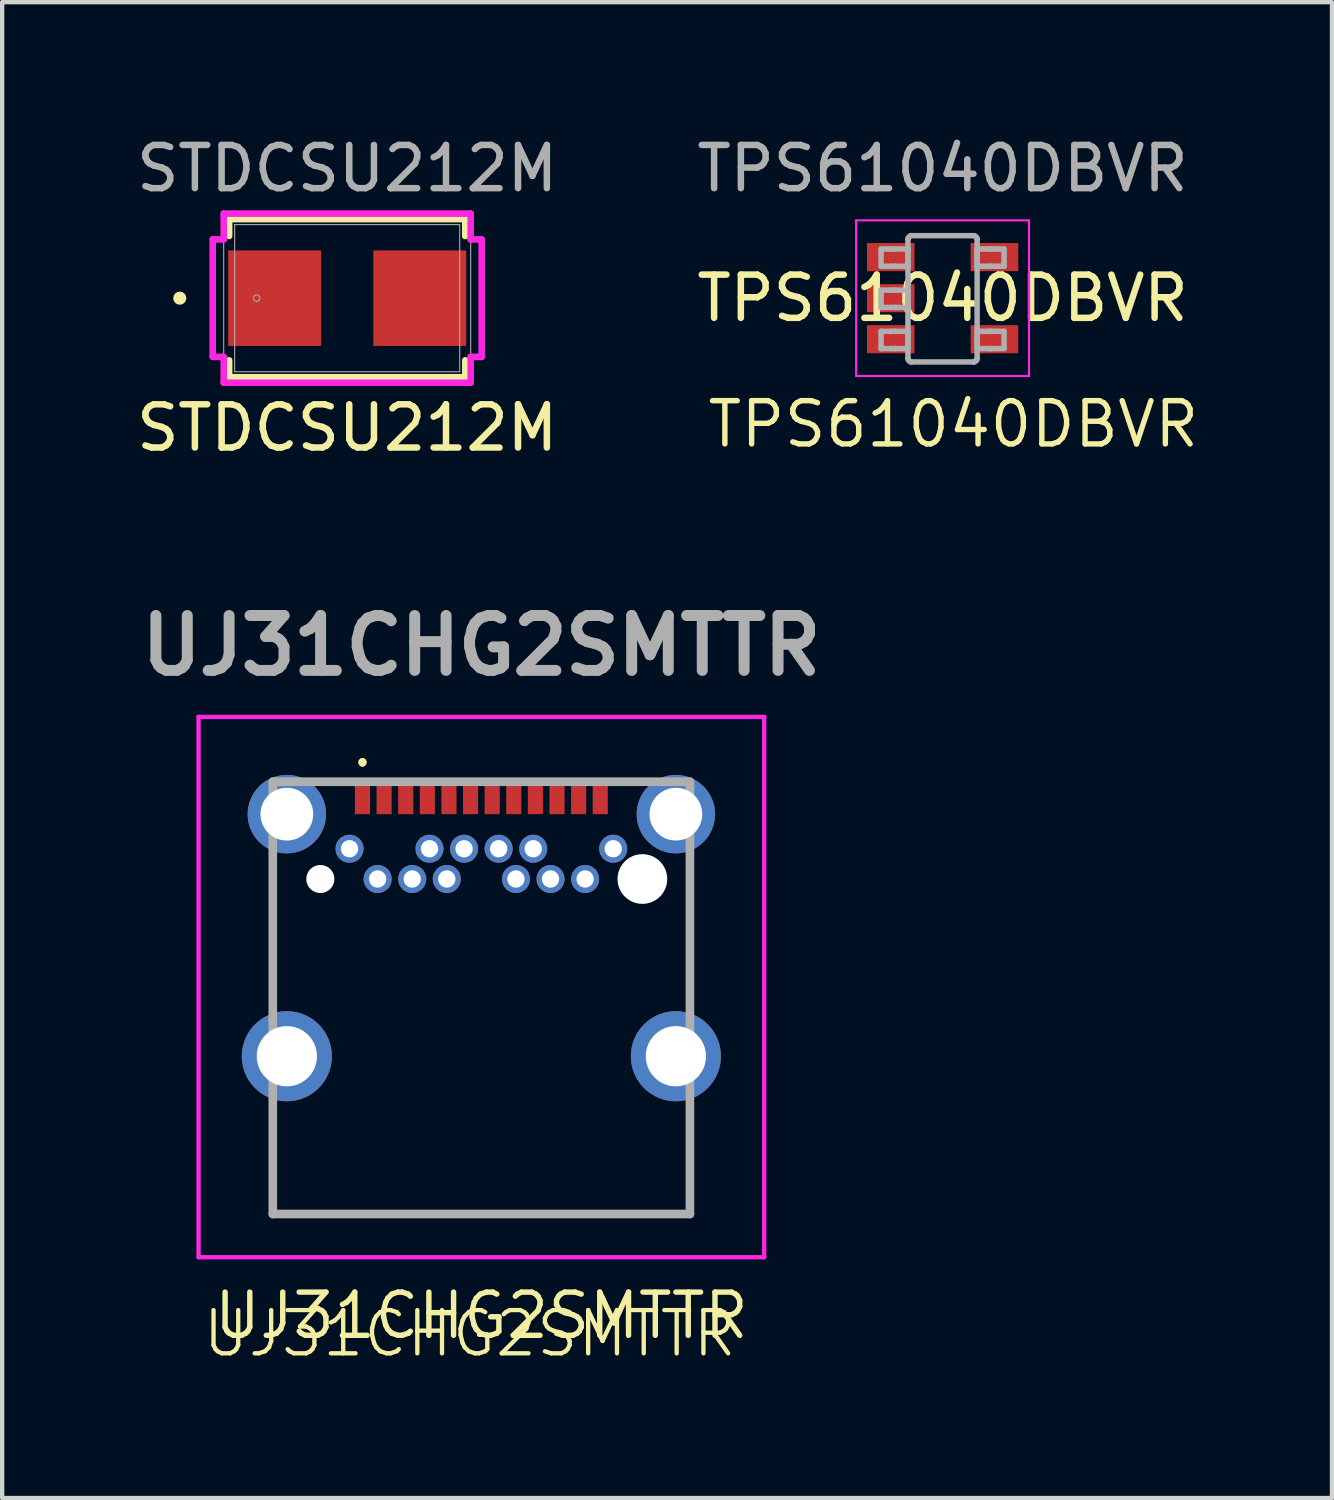
<source format=kicad_pcb>
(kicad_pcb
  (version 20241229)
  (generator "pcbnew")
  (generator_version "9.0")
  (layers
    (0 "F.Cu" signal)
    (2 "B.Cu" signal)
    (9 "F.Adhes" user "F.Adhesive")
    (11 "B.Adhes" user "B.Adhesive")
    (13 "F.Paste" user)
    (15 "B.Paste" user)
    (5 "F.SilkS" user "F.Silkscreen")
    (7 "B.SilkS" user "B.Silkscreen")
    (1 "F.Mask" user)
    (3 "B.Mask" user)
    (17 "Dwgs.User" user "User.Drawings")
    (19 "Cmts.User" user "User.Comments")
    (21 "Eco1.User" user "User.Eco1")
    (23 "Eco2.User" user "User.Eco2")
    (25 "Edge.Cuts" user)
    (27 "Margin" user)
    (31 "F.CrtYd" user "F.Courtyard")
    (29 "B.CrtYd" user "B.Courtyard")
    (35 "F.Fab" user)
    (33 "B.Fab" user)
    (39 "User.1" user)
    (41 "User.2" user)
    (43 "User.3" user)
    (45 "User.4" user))
  (footprint "UJ31CHG2SMTTR"
    (layer "F.Cu")
    (at 8.086 21.385)
    (property "Reference" "UJ31CHG2SMTTR" (at 0 6 0) (layer "F.SilkS") (effects (font (size 1 1) (thickness 0.125))))
    (attr through_hole)
    (fp_line (start -4.825 -4.35) (end -4.825 -1.35) (stroke (width 0.1) (type solid)) (layer "F.SilkS"))
    (fp_line (start -4.825 1.25) (end -4.825 3.65) (stroke (width 0.1) (type solid)) (layer "F.SilkS"))
    (fp_line (start -4.825 3.65) (end 4.825 3.65) (stroke (width 0.1) (type solid)) (layer "F.SilkS"))
    (fp_line (start -2.75 -6.85) (end -2.75 -6.85) (stroke (width 0.1) (type solid)) (layer "F.SilkS"))
    (fp_line (start -2.75 -6.75) (end -2.75 -6.75) (stroke (width 0.1) (type solid)) (layer "F.SilkS"))
    (fp_line (start 4.825 -4.1) (end 4.825 -1.35) (stroke (width 0.1) (type solid)) (layer "F.SilkS"))
    (fp_line (start 4.825 3.65) (end 4.825 1.25) (stroke (width 0.1) (type solid)) (layer "F.SilkS"))
    (fp_arc (start -2.75 -6.85) (mid -2.7 -6.8) (end -2.75 -6.75) (stroke (width 0.1) (type solid)) (layer "F.SilkS"))
    (fp_arc (start -2.75 -6.75) (mid -2.8 -6.8) (end -2.75 -6.85) (stroke (width 0.1) (type solid)) (layer "F.SilkS"))
    (fp_line (start -6.543 -7.85) (end 6.543 -7.85) (stroke (width 0.1) (type solid)) (layer "F.CrtYd"))
    (fp_line (start -6.543 4.65) (end -6.543 -7.85) (stroke (width 0.1) (type solid)) (layer "F.CrtYd"))
    (fp_line (start 6.543 -7.85) (end 6.543 4.65) (stroke (width 0.1) (type solid)) (layer "F.CrtYd"))
    (fp_line (start 6.543 4.65) (end -6.543 4.65) (stroke (width 0.1) (type solid)) (layer "F.CrtYd"))
    (fp_line (start -4.825 -6.35) (end 4.825 -6.35) (stroke (width 0.2) (type solid)) (layer "F.Fab"))
    (fp_line (start -4.825 3.65) (end -4.825 -6.35) (stroke (width 0.2) (type solid)) (layer "F.Fab"))
    (fp_line (start 4.825 -6.35) (end 4.825 3.65) (stroke (width 0.2) (type solid)) (layer "F.Fab"))
    (fp_line (start 4.825 3.65) (end -4.825 3.65) (stroke (width 0.2) (type solid)) (layer "F.Fab"))
    (fp_text user "UJ31CHG2SMTTR" (at -6.5 7 0) (unlocked yes) (layer "F.SilkS") (effects (font (size 1 1) (thickness 0.1)) (justify left bottom)))
    (fp_text user "${REFERENCE}" (at 0 -9.5 0) (layer "F.Fab") (effects (font (size 1.27 1.27) (thickness 0.254))))
    (pad "" np_thru_hole circle (at -3.725 -4.1) (size 0.65 0.65) (drill 0.65) (layers "*.Cu" "*.Mask"))
    (pad "" np_thru_hole circle (at 3.725 -4.1) (size 1.15 1.15) (drill 1.15) (layers "*.Cu" "*.Mask"))
    (pad "A1" smd rect (at -2.75 -5.95) (size 0.35 0.7) (layers "F.Cu" "F.Mask" "F.Paste"))
    (pad "A2" smd rect (at -2.25 -5.95) (size 0.35 0.7) (layers "F.Cu" "F.Mask" "F.Paste"))
    (pad "A3" smd rect (at -1.75 -5.95) (size 0.35 0.7) (layers "F.Cu" "F.Mask" "F.Paste"))
    (pad "A4" smd rect (at -1.25 -5.95) (size 0.35 0.7) (layers "F.Cu" "F.Mask" "F.Paste"))
    (pad "A5" smd rect (at -0.75 -5.95) (size 0.35 0.7) (layers "F.Cu" "F.Mask" "F.Paste"))
    (pad "A6" smd rect (at -0.25 -5.95) (size 0.35 0.7) (layers "F.Cu" "F.Mask" "F.Paste"))
    (pad "A7" smd rect (at 0.25 -5.95) (size 0.35 0.7) (layers "F.Cu" "F.Mask" "F.Paste"))
    (pad "A8" smd rect (at 0.75 -5.95) (size 0.35 0.7) (layers "F.Cu" "F.Mask" "F.Paste"))
    (pad "A9" smd rect (at 1.25 -5.95) (size 0.35 0.7) (layers "F.Cu" "F.Mask" "F.Paste"))
    (pad "A10" smd rect (at 1.75 -5.95) (size 0.35 0.7) (layers "F.Cu" "F.Mask" "F.Paste"))
    (pad "A11" smd rect (at 2.25 -5.95) (size 0.35 0.7) (layers "F.Cu" "F.Mask" "F.Paste"))
    (pad "A12" smd rect (at 2.75 -5.95) (size 0.35 0.7) (layers "F.Cu" "F.Mask" "F.Paste"))
    (pad "B1" thru_hole circle (at 3.05 -4.8) (size 0.65 0.65) (drill 0.4) (layers "*.Cu" "*.Mask"))
    (pad "B2" thru_hole circle (at 2.4 -4.1) (size 0.65 0.65) (drill 0.4) (layers "*.Cu" "*.Mask"))
    (pad "B3" thru_hole circle (at 1.6 -4.1) (size 0.65 0.65) (drill 0.4) (layers "*.Cu" "*.Mask"))
    (pad "B4" thru_hole circle (at 1.2 -4.8) (size 0.65 0.65) (drill 0.4) (layers "*.Cu" "*.Mask"))
    (pad "B5" thru_hole circle (at 0.8 -4.1) (size 0.65 0.65) (drill 0.4) (layers "*.Cu" "*.Mask"))
    (pad "B6" thru_hole circle (at 0.4 -4.8) (size 0.65 0.65) (drill 0.4) (layers "*.Cu" "*.Mask"))
    (pad "B7" thru_hole circle (at -0.4 -4.8) (size 0.65 0.65) (drill 0.4) (layers "*.Cu" "*.Mask"))
    (pad "B8" thru_hole circle (at -0.8 -4.1) (size 0.65 0.65) (drill 0.4) (layers "*.Cu" "*.Mask"))
    (pad "B9" thru_hole circle (at -1.2 -4.8) (size 0.65 0.65) (drill 0.4) (layers "*.Cu" "*.Mask"))
    (pad "B10" thru_hole circle (at -1.6 -4.1) (size 0.65 0.65) (drill 0.4) (layers "*.Cu" "*.Mask"))
    (pad "B11" thru_hole circle (at -2.4 -4.1) (size 0.65 0.65) (drill 0.4) (layers "*.Cu" "*.Mask"))
    (pad "B12" thru_hole circle (at -3.05 -4.8) (size 0.65 0.65) (drill 0.4) (layers "*.Cu" "*.Mask"))
    (pad "S1" thru_hole circle (at -4.5 -5.6) (size 1.815 1.815) (drill 1.22) (layers "*.Cu" "*.Mask"))
    (pad "S2" thru_hole circle (at -4.5 0) (size 2.085 2.085) (drill 1.393) (layers "*.Cu" "*.Mask"))
    (pad "S3" thru_hole circle (at 4.5 0) (size 2.085 2.085) (drill 1.393) (layers "*.Cu" "*.Mask"))
    (pad "S4" thru_hole circle (at 4.5 -5.6) (size 1.815 1.815) (drill 1.22) (layers "*.Cu" "*.Mask")))
  (footprint "STDCSU212M"
    (layer "F.Cu")
    (at 4.982 3.848)
    (property "Reference" "STDCSU212M" (at 0 3 0) (unlocked yes) (layer "F.SilkS") (effects (font (size 1 1) (thickness 0.15))))
    (attr smd)
    (fp_line (start -2.731 -1.829) (end -2.731 -1.438) (stroke (width 0.152) (type solid)) (layer "F.SilkS"))
    (fp_line (start -2.731 1.438) (end -2.731 1.829) (stroke (width 0.152) (type solid)) (layer "F.SilkS"))
    (fp_line (start -2.731 1.829) (end 2.731 1.829) (stroke (width 0.152) (type solid)) (layer "F.SilkS"))
    (fp_line (start 2.731 -1.829) (end -2.731 -1.829) (stroke (width 0.152) (type solid)) (layer "F.SilkS"))
    (fp_line (start 2.731 -1.438) (end 2.731 -1.829) (stroke (width 0.152) (type solid)) (layer "F.SilkS"))
    (fp_line (start 2.731 1.829) (end 2.731 1.438) (stroke (width 0.152) (type solid)) (layer "F.SilkS"))
    (fp_circle (center -3.873 0) (end -3.797 0) (stroke (width 0.152) (type solid)) (fill no) (layer "F.SilkS"))
    (fp_line (start -3.111 -1.359) (end -2.857 -1.359) (stroke (width 0.152) (type solid)) (layer "F.CrtYd"))
    (fp_line (start -3.111 1.359) (end -3.111 -1.359) (stroke (width 0.152) (type solid)) (layer "F.CrtYd"))
    (fp_line (start -2.857 -1.956) (end 2.857 -1.956) (stroke (width 0.152) (type solid)) (layer "F.CrtYd"))
    (fp_line (start -2.857 -1.359) (end -2.857 -1.956) (stroke (width 0.152) (type solid)) (layer "F.CrtYd"))
    (fp_line (start -2.857 1.359) (end -3.111 1.359) (stroke (width 0.152) (type solid)) (layer "F.CrtYd"))
    (fp_line (start -2.857 1.956) (end -2.857 1.359) (stroke (width 0.152) (type solid)) (layer "F.CrtYd"))
    (fp_line (start 2.857 -1.956) (end 2.857 -1.359) (stroke (width 0.152) (type solid)) (layer "F.CrtYd"))
    (fp_line (start 2.857 -1.359) (end 3.111 -1.359) (stroke (width 0.152) (type solid)) (layer "F.CrtYd"))
    (fp_line (start 2.857 1.359) (end 2.857 1.956) (stroke (width 0.152) (type solid)) (layer "F.CrtYd"))
    (fp_line (start 2.857 1.956) (end -2.857 1.956) (stroke (width 0.152) (type solid)) (layer "F.CrtYd"))
    (fp_line (start 3.111 -1.359) (end 3.111 1.359) (stroke (width 0.152) (type solid)) (layer "F.CrtYd"))
    (fp_line (start 3.111 1.359) (end 2.857 1.359) (stroke (width 0.152) (type solid)) (layer "F.CrtYd"))
    (fp_line (start -2.857 -1.956) (end 2.857 -1.956) (stroke (width 0.025) (type solid)) (layer "F.Fab"))
    (fp_line (start -2.857 1.956) (end -2.857 -1.956) (stroke (width 0.025) (type solid)) (layer "F.Fab"))
    (fp_line (start -2.603 -1.702) (end -2.603 1.702) (stroke (width 0.025) (type solid)) (layer "F.Fab"))
    (fp_line (start -2.603 1.702) (end 2.603 1.702) (stroke (width 0.025) (type solid)) (layer "F.Fab"))
    (fp_line (start 2.603 -1.702) (end -2.603 -1.702) (stroke (width 0.025) (type solid)) (layer "F.Fab"))
    (fp_line (start 2.603 1.702) (end 2.603 -1.702) (stroke (width 0.025) (type solid)) (layer "F.Fab"))
    (fp_line (start 2.857 -1.956) (end 2.857 1.956) (stroke (width 0.025) (type solid)) (layer "F.Fab"))
    (fp_line (start 2.857 1.956) (end -2.857 1.956) (stroke (width 0.025) (type solid)) (layer "F.Fab"))
    (fp_circle (center -2.095 0) (end -2.019 0) (stroke (width 0.025) (type solid)) (fill no) (layer "F.Fab"))
    (fp_text user "${REFERENCE}" (at 0 -3 0) (unlocked yes) (layer "F.Fab") (effects (font (size 1 1) (thickness 0.15))))
    (pad "1" smd rect (at -1.679 0 90) (size 2.21 2.149) (layers "F.Cu" "F.Mask" "F.Paste"))
    (pad "2" smd rect (at 1.679 0 90) (size 2.21 2.149) (layers "F.Cu" "F.Mask" "F.Paste")))
  (footprint "TPS61040DBVR"
    (layer "F.Cu")
    (at 18.756 3.848)
    (property "Reference" "TPS61040DBVR" (at 0 0 0) (unlocked yes) (layer "F.SilkS") (effects (font (size 1 1) (thickness 0.15))))
    (attr smd)
    (fp_line (start -2 -1.8) (end 2 -1.8) (stroke (width 0.05) (type solid)) (layer "F.CrtYd"))
    (fp_line (start -2 1.8) (end -2 -1.8) (stroke (width 0.05) (type solid)) (layer "F.CrtYd"))
    (fp_line (start -2 1.8) (end 2 1.8) (stroke (width 0.05) (type solid)) (layer "F.CrtYd"))
    (fp_line (start 2 1.8) (end 2 -1.8) (stroke (width 0.05) (type solid)) (layer "F.CrtYd"))
    (fp_line (start -1.423 -1.138) (end -1.199 -1.138) (stroke (width 0.127) (type solid)) (layer "F.Fab"))
    (fp_line (start -1.423 -0.738) (end -1.423 -1.138) (stroke (width 0.127) (type solid)) (layer "F.Fab"))
    (fp_line (start -1.423 -0.738) (end -1.199 -0.738) (stroke (width 0.127) (type solid)) (layer "F.Fab"))
    (fp_line (start -1.423 -0.186) (end -1.199 -0.186) (stroke (width 0.127) (type solid)) (layer "F.Fab"))
    (fp_line (start -1.423 0.215) (end -1.423 -0.186) (stroke (width 0.127) (type solid)) (layer "F.Fab"))
    (fp_line (start -1.423 0.215) (end -1.199 0.215) (stroke (width 0.127) (type solid)) (layer "F.Fab"))
    (fp_line (start -1.423 0.767) (end -1.199 0.767) (stroke (width 0.127) (type solid)) (layer "F.Fab"))
    (fp_line (start -1.423 1.167) (end -1.423 0.767) (stroke (width 0.127) (type solid)) (layer "F.Fab"))
    (fp_line (start -1.423 1.167) (end -1.199 1.167) (stroke (width 0.127) (type solid)) (layer "F.Fab"))
    (fp_line (start -1.199 -1.138) (end -1.105 -1.138) (stroke (width 0.127) (type solid)) (layer "F.Fab"))
    (fp_line (start -1.199 -0.738) (end -1.105 -0.738) (stroke (width 0.127) (type solid)) (layer "F.Fab"))
    (fp_line (start -1.199 -0.186) (end -1.105 -0.186) (stroke (width 0.127) (type solid)) (layer "F.Fab"))
    (fp_line (start -1.199 0.215) (end -1.105 0.215) (stroke (width 0.127) (type solid)) (layer "F.Fab"))
    (fp_line (start -1.199 0.767) (end -1.105 0.767) (stroke (width 0.127) (type solid)) (layer "F.Fab"))
    (fp_line (start -1.199 1.167) (end -1.105 1.167) (stroke (width 0.127) (type solid)) (layer "F.Fab"))
    (fp_line (start -1.105 -1.138) (end -1.088 -1.138) (stroke (width 0.127) (type solid)) (layer "F.Fab"))
    (fp_line (start -1.105 -0.738) (end -1.088 -0.738) (stroke (width 0.127) (type solid)) (layer "F.Fab"))
    (fp_line (start -1.105 -0.186) (end -1.088 -0.186) (stroke (width 0.127) (type solid)) (layer "F.Fab"))
    (fp_line (start -1.105 0.215) (end -1.088 0.215) (stroke (width 0.127) (type solid)) (layer "F.Fab"))
    (fp_line (start -1.105 0.767) (end -1.088 0.767) (stroke (width 0.127) (type solid)) (layer "F.Fab"))
    (fp_line (start -1.105 1.167) (end -1.088 1.167) (stroke (width 0.127) (type solid)) (layer "F.Fab"))
    (fp_line (start -1.088 -1.138) (end -0.835 -1.138) (stroke (width 0.127) (type solid)) (layer "F.Fab"))
    (fp_line (start -1.088 -0.738) (end -0.835 -0.738) (stroke (width 0.127) (type solid)) (layer "F.Fab"))
    (fp_line (start -1.088 -0.186) (end -0.835 -0.186) (stroke (width 0.127) (type solid)) (layer "F.Fab"))
    (fp_line (start -1.088 0.215) (end -0.835 0.215) (stroke (width 0.127) (type solid)) (layer "F.Fab"))
    (fp_line (start -1.088 0.767) (end -0.835 0.767) (stroke (width 0.127) (type solid)) (layer "F.Fab"))
    (fp_line (start -1.088 1.167) (end -0.835 1.167) (stroke (width 0.127) (type solid)) (layer "F.Fab"))
    (fp_line (start -0.835 -1.138) (end -0.801 -1.138) (stroke (width 0.127) (type solid)) (layer "F.Fab"))
    (fp_line (start -0.835 -0.738) (end -0.801 -0.738) (stroke (width 0.127) (type solid)) (layer "F.Fab"))
    (fp_line (start -0.835 -0.186) (end -0.801 -0.186) (stroke (width 0.127) (type solid)) (layer "F.Fab"))
    (fp_line (start -0.835 0.215) (end -0.801 0.215) (stroke (width 0.127) (type solid)) (layer "F.Fab"))
    (fp_line (start -0.835 0.767) (end -0.801 0.767) (stroke (width 0.127) (type solid)) (layer "F.Fab"))
    (fp_line (start -0.835 1.167) (end -0.801 1.167) (stroke (width 0.127) (type solid)) (layer "F.Fab"))
    (fp_line (start -0.801 -1.37) (end -0.801 -1.371) (stroke (width 0.127) (type solid)) (layer "F.Fab"))
    (fp_line (start -0.801 -0.738) (end -0.801 -1.138) (stroke (width 0.127) (type solid)) (layer "F.Fab"))
    (fp_line (start -0.801 0.215) (end -0.801 -0.186) (stroke (width 0.127) (type solid)) (layer "F.Fab"))
    (fp_line (start -0.801 1.167) (end -0.801 0.767) (stroke (width 0.127) (type solid)) (layer "F.Fab"))
    (fp_line (start -0.801 1.399) (end -0.801 -1.37) (stroke (width 0.127) (type solid)) (layer "F.Fab"))
    (fp_line (start -0.801 1.4) (end -0.801 1.399) (stroke (width 0.127) (type solid)) (layer "F.Fab"))
    (fp_line (start -0.725 -1.446) (end -0.725 -1.446) (stroke (width 0.127) (type solid)) (layer "F.Fab"))
    (fp_line (start -0.725 1.475) (end -0.725 1.475) (stroke (width 0.127) (type solid)) (layer "F.Fab"))
    (fp_line (start -0.725 -1.446) (end 0.723 -1.446) (stroke (width 0.127) (type solid)) (layer "F.Fab"))
    (fp_line (start -0.725 1.475) (end 0.723 1.475) (stroke (width 0.127) (type solid)) (layer "F.Fab"))
    (fp_line (start 0.723 -1.446) (end 0.724 -1.446) (stroke (width 0.127) (type solid)) (layer "F.Fab"))
    (fp_line (start 0.723 1.475) (end 0.724 1.475) (stroke (width 0.127) (type solid)) (layer "F.Fab"))
    (fp_line (start 0.799 -1.37) (end 0.799 -1.371) (stroke (width 0.127) (type solid)) (layer "F.Fab"))
    (fp_line (start 0.799 -1.138) (end 0.834 -1.138) (stroke (width 0.127) (type solid)) (layer "F.Fab"))
    (fp_line (start 0.799 -0.738) (end 0.799 -1.138) (stroke (width 0.127) (type solid)) (layer "F.Fab"))
    (fp_line (start 0.799 -0.738) (end 0.834 -0.738) (stroke (width 0.127) (type solid)) (layer "F.Fab"))
    (fp_line (start 0.799 0.767) (end 0.834 0.767) (stroke (width 0.127) (type solid)) (layer "F.Fab"))
    (fp_line (start 0.799 1.167) (end 0.799 0.767) (stroke (width 0.127) (type solid)) (layer "F.Fab"))
    (fp_line (start 0.799 1.167) (end 0.834 1.167) (stroke (width 0.127) (type solid)) (layer "F.Fab"))
    (fp_line (start 0.799 1.399) (end 0.799 -1.37) (stroke (width 0.127) (type solid)) (layer "F.Fab"))
    (fp_line (start 0.799 1.4) (end 0.799 1.399) (stroke (width 0.127) (type solid)) (layer "F.Fab"))
    (fp_line (start 0.834 -1.138) (end 1.087 -1.138) (stroke (width 0.127) (type solid)) (layer "F.Fab"))
    (fp_line (start 0.834 -0.738) (end 1.087 -0.738) (stroke (width 0.127) (type solid)) (layer "F.Fab"))
    (fp_line (start 0.834 0.767) (end 1.087 0.767) (stroke (width 0.127) (type solid)) (layer "F.Fab"))
    (fp_line (start 0.834 1.167) (end 1.087 1.167) (stroke (width 0.127) (type solid)) (layer "F.Fab"))
    (fp_line (start 1.087 -1.138) (end 1.103 -1.138) (stroke (width 0.127) (type solid)) (layer "F.Fab"))
    (fp_line (start 1.087 -0.738) (end 1.103 -0.738) (stroke (width 0.127) (type solid)) (layer "F.Fab"))
    (fp_line (start 1.087 0.767) (end 1.103 0.767) (stroke (width 0.127) (type solid)) (layer "F.Fab"))
    (fp_line (start 1.087 1.167) (end 1.103 1.167) (stroke (width 0.127) (type solid)) (layer "F.Fab"))
    (fp_line (start 1.103 -1.138) (end 1.198 -1.138) (stroke (width 0.127) (type solid)) (layer "F.Fab"))
    (fp_line (start 1.103 -0.738) (end 1.198 -0.738) (stroke (width 0.127) (type solid)) (layer "F.Fab"))
    (fp_line (start 1.103 0.767) (end 1.198 0.767) (stroke (width 0.127) (type solid)) (layer "F.Fab"))
    (fp_line (start 1.103 1.167) (end 1.198 1.167) (stroke (width 0.127) (type solid)) (layer "F.Fab"))
    (fp_line (start 1.198 -1.138) (end 1.422 -1.138) (stroke (width 0.127) (type solid)) (layer "F.Fab"))
    (fp_line (start 1.198 -0.738) (end 1.422 -0.738) (stroke (width 0.127) (type solid)) (layer "F.Fab"))
    (fp_line (start 1.198 0.767) (end 1.422 0.767) (stroke (width 0.127) (type solid)) (layer "F.Fab"))
    (fp_line (start 1.198 1.167) (end 1.422 1.167) (stroke (width 0.127) (type solid)) (layer "F.Fab"))
    (fp_line (start 1.422 -0.738) (end 1.422 -1.138) (stroke (width 0.127) (type solid)) (layer "F.Fab"))
    (fp_line (start 1.422 1.167) (end 1.422 0.767) (stroke (width 0.127) (type solid)) (layer "F.Fab"))
    (fp_arc (start -0.80074 -1.37084) (mid -0.778218 -1.423887) (end -0.724999 -1.445998) (stroke (width 0.127) (type solid)) (layer "F.Fab"))
    (fp_arc (start -0.724999 1.475) (mid -0.778213 1.452901) (end -0.80074 1.399867) (stroke (width 0.127) (type solid)) (layer "F.Fab"))
    (fp_arc (start 0.723714 -1.445998) (mid 0.776933 -1.423887) (end 0.799455 -1.37084) (stroke (width 0.127) (type solid)) (layer "F.Fab"))
    (fp_arc (start 0.799455 1.399868) (mid 0.776927 1.452901) (end 0.723713 1.475) (stroke (width 0.127) (type solid)) (layer "F.Fab"))
    (fp_text user "TPS61040DBVR" (at -5.5 3.5 0) (unlocked yes) (layer "F.SilkS") (effects (font (size 1 1) (thickness 0.125)) (justify left bottom)))
    (fp_text user "${REFERENCE}" (at 0 -3 0) (unlocked yes) (layer "F.Fab") (effects (font (size 1 1) (thickness 0.15))))
    (pad "1" smd rect (at -1.2 -0.95 90) (size 0.65 1.1) (layers "F.Cu" "F.Mask" "F.Paste"))
    (pad "2" smd rect (at -1.2 0 90) (size 0.65 1.1) (layers "F.Cu" "F.Mask" "F.Paste"))
    (pad "3" smd rect (at -1.2 0.95 90) (size 0.65 1.1) (layers "F.Cu" "F.Mask" "F.Paste"))
    (pad "4" smd rect (at 1.2 0.95 90) (size 0.65 1.1) (layers "F.Cu" "F.Mask" "F.Paste"))
    (pad "5" smd rect (at 1.2 -0.95 90) (size 0.65 1.1) (layers "F.Cu" "F.Mask" "F.Paste")))
  (gr_rect
    (start -3 -3)
    (end 27.764 31.606)
    (stroke (width 0.1) (type default))
    (fill no)
    (layer "Edge.Cuts")))
</source>
